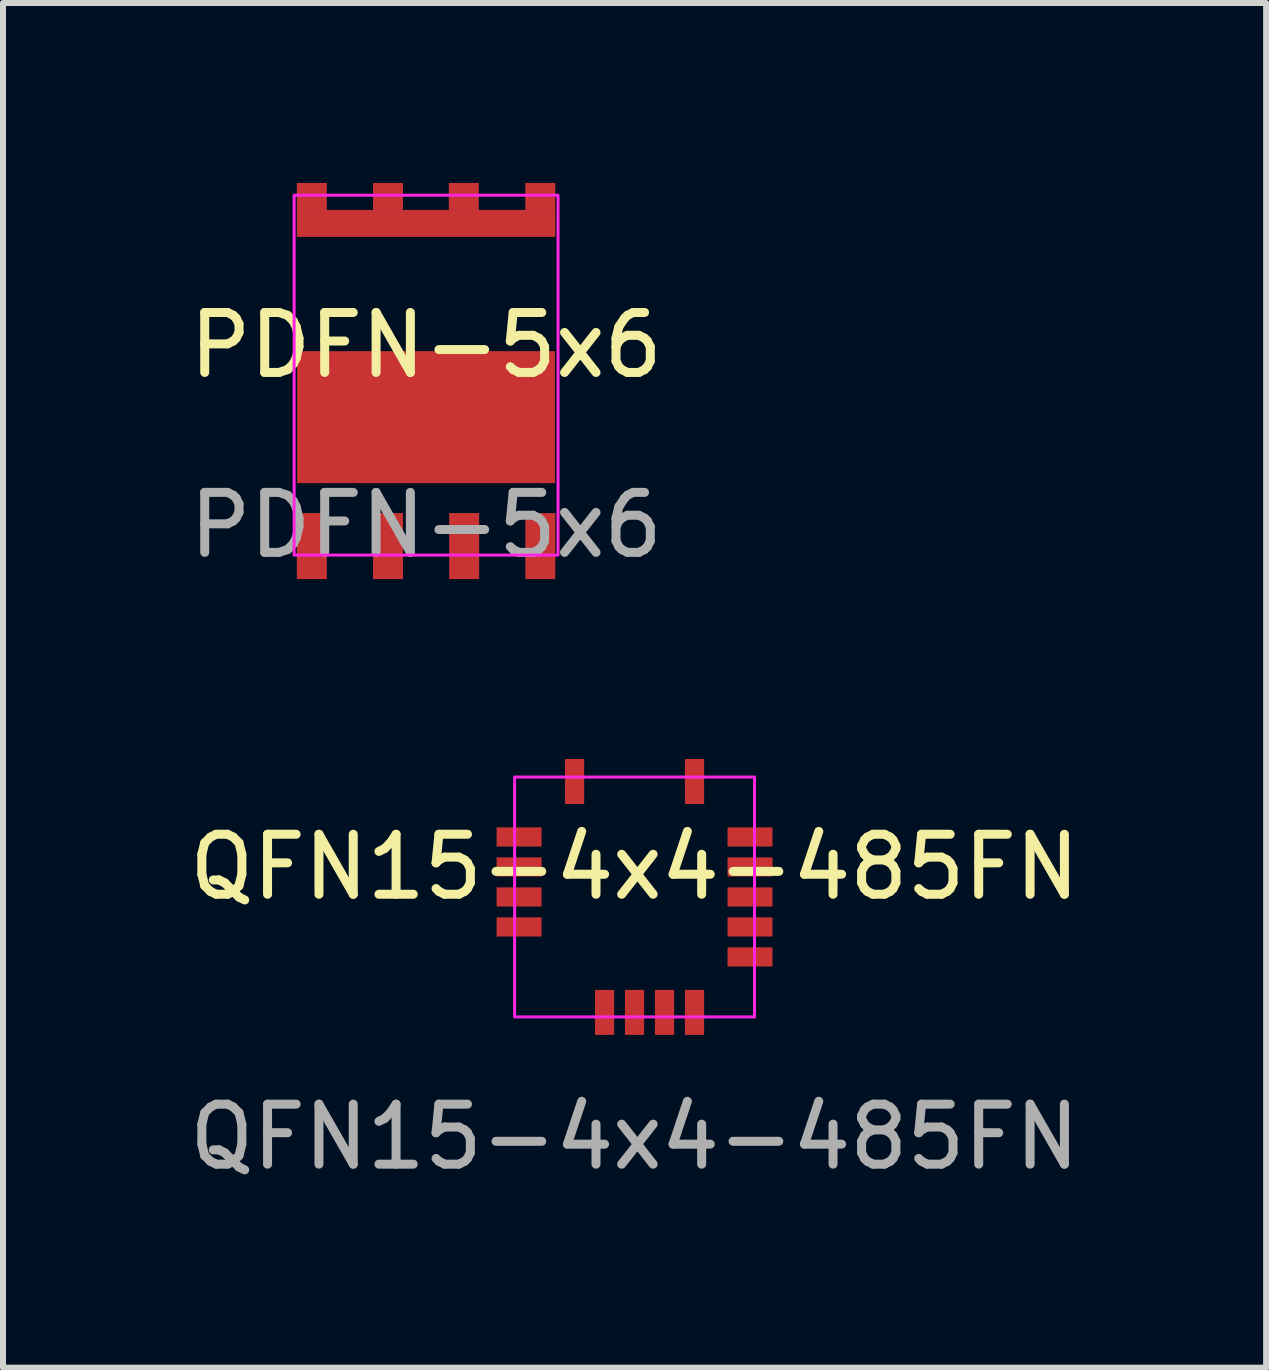
<source format=kicad_pcb>
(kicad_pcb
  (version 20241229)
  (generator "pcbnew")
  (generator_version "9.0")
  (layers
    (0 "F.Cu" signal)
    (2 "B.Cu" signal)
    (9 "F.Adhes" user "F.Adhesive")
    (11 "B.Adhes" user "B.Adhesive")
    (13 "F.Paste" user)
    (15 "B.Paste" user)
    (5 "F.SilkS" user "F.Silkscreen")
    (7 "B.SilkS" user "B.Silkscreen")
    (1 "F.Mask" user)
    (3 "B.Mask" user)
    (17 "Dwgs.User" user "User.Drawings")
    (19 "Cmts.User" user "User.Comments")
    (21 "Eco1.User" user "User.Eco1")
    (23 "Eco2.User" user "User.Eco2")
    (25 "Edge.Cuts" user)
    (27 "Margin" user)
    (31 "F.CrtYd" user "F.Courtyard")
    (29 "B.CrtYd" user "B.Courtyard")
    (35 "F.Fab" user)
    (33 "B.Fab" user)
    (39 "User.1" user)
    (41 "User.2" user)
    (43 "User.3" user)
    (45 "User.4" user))
  (footprint "PDFN-5x6"
    (layer "F.Cu")
    (at 4.054 3.205)
    (property "Reference" "PDFN-5x6" (at 0 -0.5 0) (unlocked yes) (layer "F.SilkS") (effects (font (size 1 1) (thickness 0.15))))
    (attr smd)
    (fp_rect (start -2.2 -3) (end 2.2 3) (stroke (width 0.05) (type solid)) (fill no) (layer "F.CrtYd"))
    (fp_text user "${REFERENCE}" (at 0 2.5 0) (unlocked yes) (layer "F.Fab") (effects (font (size 1 1) (thickness 0.15))))
    (pad "1" smd rect (at -1.905 2.65) (size 0.5 1.1) (drill (offset 0 0.2)) (layers "F.Cu" "F.Mask" "F.Paste"))
    (pad "2" smd rect (at -0.635 2.65) (size 0.5 1.1) (drill (offset 0 0.2)) (layers "F.Cu" "F.Mask" "F.Paste"))
    (pad "D" smd rect (at -1.905 -2.98) (size 0.5 0.45) (layers "F.Cu" "F.Mask" "F.Paste"))
    (pad "D" smd rect (at -0.635 -2.98) (size 0.5 0.45) (layers "F.Cu" "F.Mask" "F.Paste"))
    (pad "D" smd rect (at 0 -2.53) (size 4.31 0.45) (layers "F.Cu" "F.Mask" "F.Paste"))
    (pad "D" smd rect (at 0.629 -2.98) (size 0.5 0.45) (layers "F.Cu" "F.Mask" "F.Paste"))
    (pad "D" smd rect (at 1.904 -2.98) (size 0.5 0.45) (layers "F.Cu" "F.Mask" "F.Paste"))
    (pad "G" smd rect (at 1.905 2.65) (size 0.5 1.1) (drill (offset 0 0.2)) (layers "F.Cu" "F.Mask" "F.Paste"))
    (pad "S" smd rect (at 0 0.7) (size 4.3 2.2) (layers "F.Cu" "F.Mask" "F.Paste"))
    (pad "SS" smd rect (at 0.635 2.65) (size 0.5 1.1) (drill (offset 0 0.2)) (layers "F.Cu" "F.Mask" "F.Paste")))
  (footprint "QFN15-4x4-485FN"
    (layer "F.Cu")
    (at 7.53 11.905)
    (property "Reference" "QFN15-4x4-485FN" (at 0 -0.5 0) (unlocked yes) (layer "F.SilkS") (effects (font (size 1 1) (thickness 0.15))))
    (attr smd)
    (fp_rect (start -2 -2) (end 2 2) (stroke (width 0.05) (type solid)) (fill no) (layer "F.CrtYd"))
    (fp_text user "${REFERENCE}" (at 0 4 0) (unlocked yes) (layer "F.Fab") (effects (font (size 1 1) (thickness 0.15))))
    (pad "1" smd rect (at -1.925 -1) (size 0.75 0.32) (layers "F.Cu" "F.Mask" "F.Paste"))
    (pad "2" smd rect (at -1.925 -0.5) (size 0.75 0.32) (layers "F.Cu" "F.Mask" "F.Paste"))
    (pad "3" smd rect (at -1.925 0) (size 0.75 0.32) (layers "F.Cu" "F.Mask" "F.Paste"))
    (pad "4" smd rect (at -1.925 0.5) (size 0.75 0.32) (layers "F.Cu" "F.Mask" "F.Paste"))
    (pad "5" smd rect (at -0.5 1.925 90) (size 0.75 0.32) (layers "F.Cu" "F.Mask" "F.Paste"))
    (pad "6" smd rect (at 0 1.925 90) (size 0.75 0.32) (layers "F.Cu" "F.Mask" "F.Paste"))
    (pad "7" smd rect (at 0.5 1.925 90) (size 0.75 0.32) (layers "F.Cu" "F.Mask" "F.Paste"))
    (pad "8" smd rect (at 1 1.925 90) (size 0.75 0.32) (layers "F.Cu" "F.Mask" "F.Paste"))
    (pad "9" smd rect (at 1.925 1 180) (size 0.75 0.32) (layers "F.Cu" "F.Mask" "F.Paste"))
    (pad "10" smd rect (at 1.925 0.5 180) (size 0.75 0.32) (layers "F.Cu" "F.Mask" "F.Paste"))
    (pad "11" smd rect (at 1.925 0 180) (size 0.75 0.32) (layers "F.Cu" "F.Mask" "F.Paste"))
    (pad "12" smd rect (at 1.925 -0.5 180) (size 0.75 0.32) (layers "F.Cu" "F.Mask" "F.Paste"))
    (pad "13" smd rect (at 1.925 -1 180) (size 0.75 0.32) (layers "F.Cu" "F.Mask" "F.Paste"))
    (pad "14" smd rect (at 1 -1.925 270) (size 0.75 0.32) (layers "F.Cu" "F.Mask" "F.Paste"))
    (pad "15" smd rect (at -1 -1.925 270) (size 0.75 0.32) (layers "F.Cu" "F.Mask" "F.Paste")))
  (gr_rect
    (start -3 -3)
    (end 18.06 19.753)
    (stroke (width 0.1) (type default))
    (fill no)
    (layer "Edge.Cuts")))
</source>
